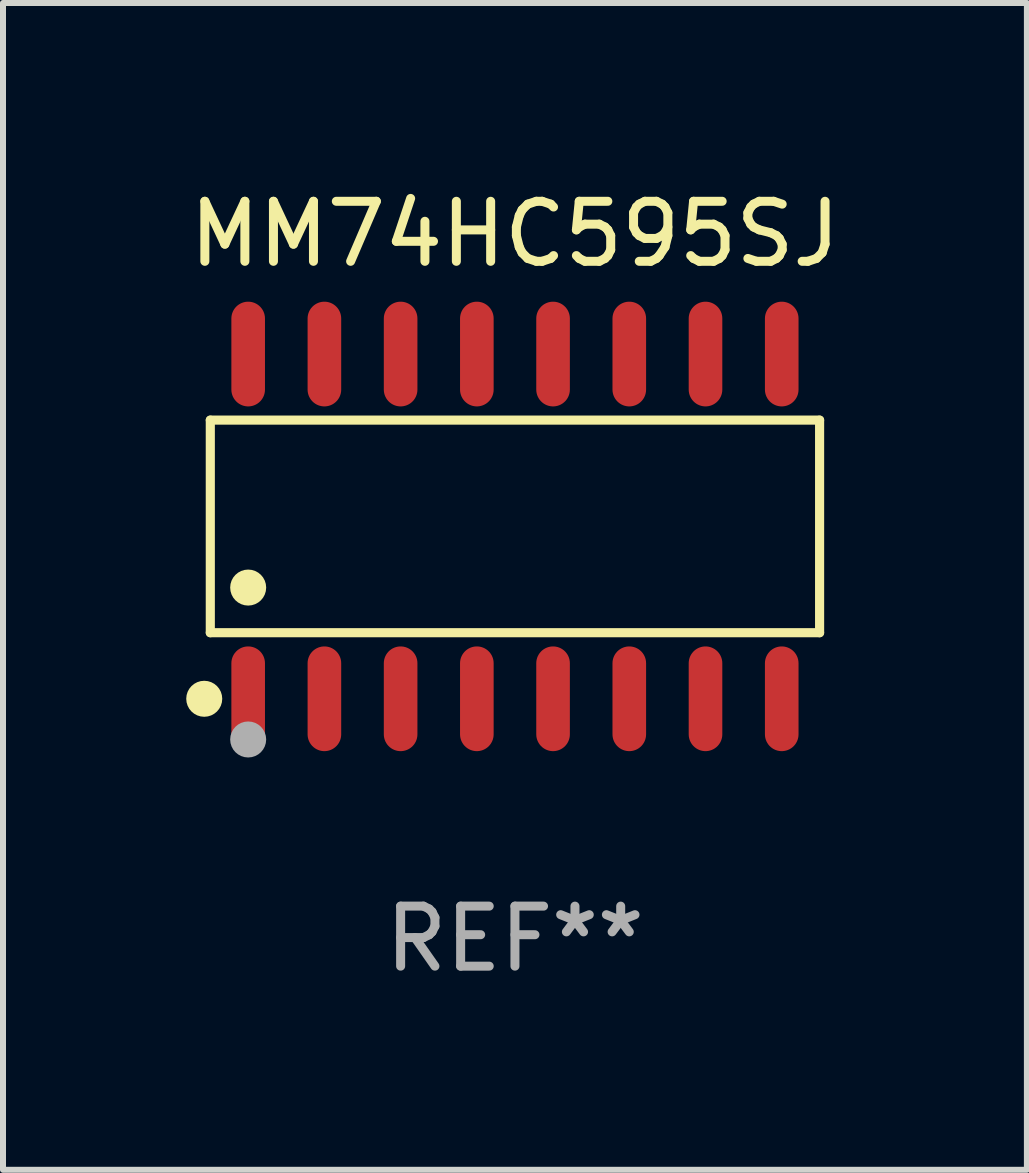
<source format=kicad_pcb>
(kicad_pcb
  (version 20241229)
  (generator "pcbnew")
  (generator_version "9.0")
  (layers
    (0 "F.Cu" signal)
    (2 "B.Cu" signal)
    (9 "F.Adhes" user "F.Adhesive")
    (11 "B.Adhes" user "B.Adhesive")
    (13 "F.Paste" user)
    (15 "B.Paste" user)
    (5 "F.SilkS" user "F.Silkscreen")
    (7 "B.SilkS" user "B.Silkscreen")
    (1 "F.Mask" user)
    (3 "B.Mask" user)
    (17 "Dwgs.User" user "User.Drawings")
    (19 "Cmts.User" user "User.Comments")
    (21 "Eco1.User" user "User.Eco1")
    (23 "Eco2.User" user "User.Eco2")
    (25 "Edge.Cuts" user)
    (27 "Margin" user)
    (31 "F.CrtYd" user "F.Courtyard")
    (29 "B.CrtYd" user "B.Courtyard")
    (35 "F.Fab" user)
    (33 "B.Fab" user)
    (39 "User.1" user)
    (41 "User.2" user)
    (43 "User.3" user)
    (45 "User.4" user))
  (footprint "MM74HC595SJ"
    (layer "F.Cu")
    (at 5.53 5.721)
    (property "Reference" "MM74HC595SJ" (at 0 -4.872 0) (layer "F.SilkS") (effects (font (size 1 1) (thickness 0.15))))
    (attr through_hole)
    (fp_line (start -5.076 -1.771) (end 5.076 -1.771) (stroke (width 0.152) (type solid)) (layer "F.SilkS"))
    (fp_line (start -5.076 1.771) (end -5.076 -1.771) (stroke (width 0.152) (type solid)) (layer "F.SilkS"))
    (fp_line (start 5.076 -1.771) (end 5.076 1.771) (stroke (width 0.152) (type solid)) (layer "F.SilkS"))
    (fp_line (start 5.076 1.771) (end -5.076 1.771) (stroke (width 0.152) (type solid)) (layer "F.SilkS"))
    (fp_circle (center -5.177 2.872) (end -5.027 2.872) (stroke (width 0.3) (type solid)) (fill no) (layer "F.SilkS"))
    (fp_circle (center -5.1 3) (end -5.07 3) (stroke (width 0.06) (type solid)) (fill no) (layer "F.SilkS"))
    (fp_circle (center -4.445 1.019) (end -4.295 1.019) (stroke (width 0.3) (type solid)) (fill no) (layer "F.SilkS"))
    (fp_circle (center -4.445 3.55) (end -4.295 3.55) (stroke (width 0.3) (type solid)) (fill no) (layer "F.Fab"))
    (fp_text user "REF**" (at 0 6.872 0) (layer "F.Fab") (effects (font (size 1 1) (thickness 0.15))))
    (pad "1" smd oval (at -4.445 2.872) (size 0.56 1.745) (layers "F.Cu" "F.Mask" "F.Paste"))
    (pad "2" smd oval (at -3.175 2.872) (size 0.56 1.745) (layers "F.Cu" "F.Mask" "F.Paste"))
    (pad "3" smd oval (at -1.905 2.872) (size 0.56 1.745) (layers "F.Cu" "F.Mask" "F.Paste"))
    (pad "4" smd oval (at -0.635 2.872) (size 0.56 1.745) (layers "F.Cu" "F.Mask" "F.Paste"))
    (pad "5" smd oval (at 0.635 2.872) (size 0.56 1.745) (layers "F.Cu" "F.Mask" "F.Paste"))
    (pad "6" smd oval (at 1.905 2.872) (size 0.56 1.745) (layers "F.Cu" "F.Mask" "F.Paste"))
    (pad "7" smd oval (at 3.175 2.872) (size 0.56 1.745) (layers "F.Cu" "F.Mask" "F.Paste"))
    (pad "8" smd oval (at 4.445 2.872) (size 0.56 1.745) (layers "F.Cu" "F.Mask" "F.Paste"))
    (pad "9" smd oval (at 4.445 -2.872) (size 0.56 1.745) (layers "F.Cu" "F.Mask" "F.Paste"))
    (pad "10" smd oval (at 3.175 -2.872) (size 0.56 1.745) (layers "F.Cu" "F.Mask" "F.Paste"))
    (pad "11" smd oval (at 1.905 -2.872) (size 0.56 1.745) (layers "F.Cu" "F.Mask" "F.Paste"))
    (pad "12" smd oval (at 0.635 -2.872) (size 0.56 1.745) (layers "F.Cu" "F.Mask" "F.Paste"))
    (pad "13" smd oval (at -0.635 -2.872) (size 0.56 1.745) (layers "F.Cu" "F.Mask" "F.Paste"))
    (pad "14" smd oval (at -1.905 -2.872) (size 0.56 1.745) (layers "F.Cu" "F.Mask" "F.Paste"))
    (pad "15" smd oval (at -3.175 -2.872) (size 0.56 1.745) (layers "F.Cu" "F.Mask" "F.Paste"))
    (pad "16" smd oval (at -4.445 -2.872) (size 0.56 1.745) (layers "F.Cu" "F.Mask" "F.Paste")))
  (gr_rect
    (start -3 -3)
    (end 14.06 16.441)
    (stroke (width 0.1) (type default))
    (fill no)
    (layer "Edge.Cuts")))
</source>
